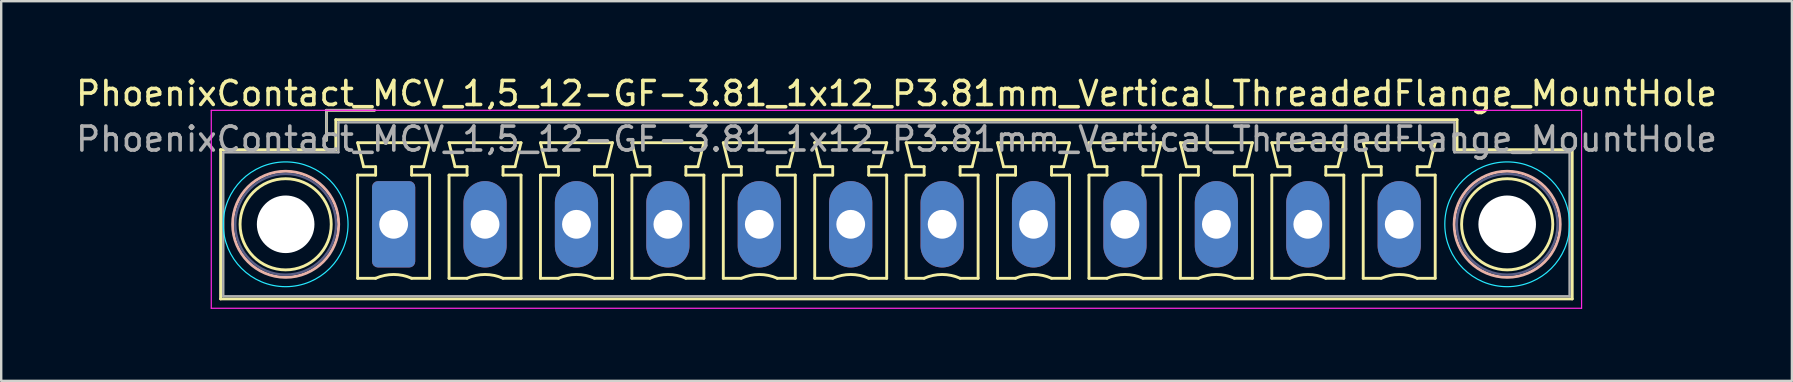
<source format=kicad_pcb>
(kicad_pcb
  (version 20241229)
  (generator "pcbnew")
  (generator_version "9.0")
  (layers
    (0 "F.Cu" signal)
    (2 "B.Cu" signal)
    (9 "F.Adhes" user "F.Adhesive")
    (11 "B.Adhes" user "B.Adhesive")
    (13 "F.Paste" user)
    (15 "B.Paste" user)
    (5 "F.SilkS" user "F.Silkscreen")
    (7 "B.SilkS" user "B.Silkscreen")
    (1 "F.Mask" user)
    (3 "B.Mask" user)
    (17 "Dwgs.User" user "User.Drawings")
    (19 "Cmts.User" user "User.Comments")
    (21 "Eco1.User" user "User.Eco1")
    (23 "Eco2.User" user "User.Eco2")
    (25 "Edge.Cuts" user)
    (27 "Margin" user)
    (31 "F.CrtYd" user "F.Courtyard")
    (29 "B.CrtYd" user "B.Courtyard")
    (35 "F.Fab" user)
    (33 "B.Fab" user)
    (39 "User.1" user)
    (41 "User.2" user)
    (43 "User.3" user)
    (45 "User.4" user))
  (footprint "PhoenixContact_MCV_1,5_12-GF-3.81_1x12_P3.81mm_Vertical_ThreadedFlange_MountHole"
    (layer "F.Cu")
    (at 13.355 6.298)
    (property "Reference" "PhoenixContact_MCV_1,5_12-GF-3.81_1x12_P3.81mm_Vertical_ThreadedFlange_MountHole" (at 20.96 -5.45 0) (layer "F.SilkS") (effects (font (size 1 1) (thickness 0.15))))
    (attr through_hole)
    (fp_line (start -7.21 -3.11) (end -7.21 3.11) (stroke (width 0.12) (type solid)) (layer "F.SilkS"))
    (fp_line (start -7.21 3.11) (end 49.12 3.11) (stroke (width 0.12) (type solid)) (layer "F.SilkS"))
    (fp_line (start -2.8 -4.75) (end -0.8 -4.75) (stroke (width 0.12) (type solid)) (layer "F.SilkS"))
    (fp_line (start -2.8 -3.5) (end -2.8 -4.75) (stroke (width 0.12) (type solid)) (layer "F.SilkS"))
    (fp_line (start -2.41 -4.36) (end -2.41 -3.11) (stroke (width 0.12) (type solid)) (layer "F.SilkS"))
    (fp_line (start -2.41 -3.11) (end -7.21 -3.11) (stroke (width 0.12) (type solid)) (layer "F.SilkS"))
    (fp_line (start -1.5 -3.4) (end 1.5 -3.4) (stroke (width 0.12) (type solid)) (layer "F.SilkS"))
    (fp_line (start -1.5 -2.05) (end -0.75 -2.05) (stroke (width 0.12) (type solid)) (layer "F.SilkS"))
    (fp_line (start -1.5 2.25) (end -1.5 -2.05) (stroke (width 0.12) (type solid)) (layer "F.SilkS"))
    (fp_line (start -1.25 -2.4) (end -1.5 -3.4) (stroke (width 0.12) (type solid)) (layer "F.SilkS"))
    (fp_line (start -0.75 -2.4) (end -1.25 -2.4) (stroke (width 0.12) (type solid)) (layer "F.SilkS"))
    (fp_line (start -0.75 -2.05) (end -0.75 -2.4) (stroke (width 0.12) (type solid)) (layer "F.SilkS"))
    (fp_line (start -0.75 2.25) (end -1.5 2.25) (stroke (width 0.12) (type solid)) (layer "F.SilkS"))
    (fp_line (start 0.75 -2.4) (end 0.75 -2.05) (stroke (width 0.12) (type solid)) (layer "F.SilkS"))
    (fp_line (start 0.75 -2.05) (end 1.5 -2.05) (stroke (width 0.12) (type solid)) (layer "F.SilkS"))
    (fp_line (start 1.25 -2.4) (end 0.75 -2.4) (stroke (width 0.12) (type solid)) (layer "F.SilkS"))
    (fp_line (start 1.5 -3.4) (end 1.25 -2.4) (stroke (width 0.12) (type solid)) (layer "F.SilkS"))
    (fp_line (start 1.5 -2.05) (end 1.5 2.25) (stroke (width 0.12) (type solid)) (layer "F.SilkS"))
    (fp_line (start 1.5 2.25) (end 0.75 2.25) (stroke (width 0.12) (type solid)) (layer "F.SilkS"))
    (fp_line (start 2.31 -3.4) (end 5.31 -3.4) (stroke (width 0.12) (type solid)) (layer "F.SilkS"))
    (fp_line (start 2.31 -2.05) (end 3.06 -2.05) (stroke (width 0.12) (type solid)) (layer "F.SilkS"))
    (fp_line (start 2.31 2.25) (end 2.31 -2.05) (stroke (width 0.12) (type solid)) (layer "F.SilkS"))
    (fp_line (start 2.56 -2.4) (end 2.31 -3.4) (stroke (width 0.12) (type solid)) (layer "F.SilkS"))
    (fp_line (start 3.06 -2.4) (end 2.56 -2.4) (stroke (width 0.12) (type solid)) (layer "F.SilkS"))
    (fp_line (start 3.06 -2.05) (end 3.06 -2.4) (stroke (width 0.12) (type solid)) (layer "F.SilkS"))
    (fp_line (start 3.06 2.25) (end 2.31 2.25) (stroke (width 0.12) (type solid)) (layer "F.SilkS"))
    (fp_line (start 4.56 -2.4) (end 4.56 -2.05) (stroke (width 0.12) (type solid)) (layer "F.SilkS"))
    (fp_line (start 4.56 -2.05) (end 5.31 -2.05) (stroke (width 0.12) (type solid)) (layer "F.SilkS"))
    (fp_line (start 5.06 -2.4) (end 4.56 -2.4) (stroke (width 0.12) (type solid)) (layer "F.SilkS"))
    (fp_line (start 5.31 -3.4) (end 5.06 -2.4) (stroke (width 0.12) (type solid)) (layer "F.SilkS"))
    (fp_line (start 5.31 -2.05) (end 5.31 2.25) (stroke (width 0.12) (type solid)) (layer "F.SilkS"))
    (fp_line (start 5.31 2.25) (end 4.56 2.25) (stroke (width 0.12) (type solid)) (layer "F.SilkS"))
    (fp_line (start 6.12 -3.4) (end 9.12 -3.4) (stroke (width 0.12) (type solid)) (layer "F.SilkS"))
    (fp_line (start 6.12 -2.05) (end 6.87 -2.05) (stroke (width 0.12) (type solid)) (layer "F.SilkS"))
    (fp_line (start 6.12 2.25) (end 6.12 -2.05) (stroke (width 0.12) (type solid)) (layer "F.SilkS"))
    (fp_line (start 6.37 -2.4) (end 6.12 -3.4) (stroke (width 0.12) (type solid)) (layer "F.SilkS"))
    (fp_line (start 6.87 -2.4) (end 6.37 -2.4) (stroke (width 0.12) (type solid)) (layer "F.SilkS"))
    (fp_line (start 6.87 -2.05) (end 6.87 -2.4) (stroke (width 0.12) (type solid)) (layer "F.SilkS"))
    (fp_line (start 6.87 2.25) (end 6.12 2.25) (stroke (width 0.12) (type solid)) (layer "F.SilkS"))
    (fp_line (start 8.37 -2.4) (end 8.37 -2.05) (stroke (width 0.12) (type solid)) (layer "F.SilkS"))
    (fp_line (start 8.37 -2.05) (end 9.12 -2.05) (stroke (width 0.12) (type solid)) (layer "F.SilkS"))
    (fp_line (start 8.87 -2.4) (end 8.37 -2.4) (stroke (width 0.12) (type solid)) (layer "F.SilkS"))
    (fp_line (start 9.12 -3.4) (end 8.87 -2.4) (stroke (width 0.12) (type solid)) (layer "F.SilkS"))
    (fp_line (start 9.12 -2.05) (end 9.12 2.25) (stroke (width 0.12) (type solid)) (layer "F.SilkS"))
    (fp_line (start 9.12 2.25) (end 8.37 2.25) (stroke (width 0.12) (type solid)) (layer "F.SilkS"))
    (fp_line (start 9.93 -3.4) (end 12.93 -3.4) (stroke (width 0.12) (type solid)) (layer "F.SilkS"))
    (fp_line (start 9.93 -2.05) (end 10.68 -2.05) (stroke (width 0.12) (type solid)) (layer "F.SilkS"))
    (fp_line (start 9.93 2.25) (end 9.93 -2.05) (stroke (width 0.12) (type solid)) (layer "F.SilkS"))
    (fp_line (start 10.18 -2.4) (end 9.93 -3.4) (stroke (width 0.12) (type solid)) (layer "F.SilkS"))
    (fp_line (start 10.68 -2.4) (end 10.18 -2.4) (stroke (width 0.12) (type solid)) (layer "F.SilkS"))
    (fp_line (start 10.68 -2.05) (end 10.68 -2.4) (stroke (width 0.12) (type solid)) (layer "F.SilkS"))
    (fp_line (start 10.68 2.25) (end 9.93 2.25) (stroke (width 0.12) (type solid)) (layer "F.SilkS"))
    (fp_line (start 12.18 -2.4) (end 12.18 -2.05) (stroke (width 0.12) (type solid)) (layer "F.SilkS"))
    (fp_line (start 12.18 -2.05) (end 12.93 -2.05) (stroke (width 0.12) (type solid)) (layer "F.SilkS"))
    (fp_line (start 12.68 -2.4) (end 12.18 -2.4) (stroke (width 0.12) (type solid)) (layer "F.SilkS"))
    (fp_line (start 12.93 -3.4) (end 12.68 -2.4) (stroke (width 0.12) (type solid)) (layer "F.SilkS"))
    (fp_line (start 12.93 -2.05) (end 12.93 2.25) (stroke (width 0.12) (type solid)) (layer "F.SilkS"))
    (fp_line (start 12.93 2.25) (end 12.18 2.25) (stroke (width 0.12) (type solid)) (layer "F.SilkS"))
    (fp_line (start 13.74 -3.4) (end 16.74 -3.4) (stroke (width 0.12) (type solid)) (layer "F.SilkS"))
    (fp_line (start 13.74 -2.05) (end 14.49 -2.05) (stroke (width 0.12) (type solid)) (layer "F.SilkS"))
    (fp_line (start 13.74 2.25) (end 13.74 -2.05) (stroke (width 0.12) (type solid)) (layer "F.SilkS"))
    (fp_line (start 13.99 -2.4) (end 13.74 -3.4) (stroke (width 0.12) (type solid)) (layer "F.SilkS"))
    (fp_line (start 14.49 -2.4) (end 13.99 -2.4) (stroke (width 0.12) (type solid)) (layer "F.SilkS"))
    (fp_line (start 14.49 -2.05) (end 14.49 -2.4) (stroke (width 0.12) (type solid)) (layer "F.SilkS"))
    (fp_line (start 14.49 2.25) (end 13.74 2.25) (stroke (width 0.12) (type solid)) (layer "F.SilkS"))
    (fp_line (start 15.99 -2.4) (end 15.99 -2.05) (stroke (width 0.12) (type solid)) (layer "F.SilkS"))
    (fp_line (start 15.99 -2.05) (end 16.74 -2.05) (stroke (width 0.12) (type solid)) (layer "F.SilkS"))
    (fp_line (start 16.49 -2.4) (end 15.99 -2.4) (stroke (width 0.12) (type solid)) (layer "F.SilkS"))
    (fp_line (start 16.74 -3.4) (end 16.49 -2.4) (stroke (width 0.12) (type solid)) (layer "F.SilkS"))
    (fp_line (start 16.74 -2.05) (end 16.74 2.25) (stroke (width 0.12) (type solid)) (layer "F.SilkS"))
    (fp_line (start 16.74 2.25) (end 15.99 2.25) (stroke (width 0.12) (type solid)) (layer "F.SilkS"))
    (fp_line (start 17.55 -3.4) (end 20.55 -3.4) (stroke (width 0.12) (type solid)) (layer "F.SilkS"))
    (fp_line (start 17.55 -2.05) (end 18.3 -2.05) (stroke (width 0.12) (type solid)) (layer "F.SilkS"))
    (fp_line (start 17.55 2.25) (end 17.55 -2.05) (stroke (width 0.12) (type solid)) (layer "F.SilkS"))
    (fp_line (start 17.8 -2.4) (end 17.55 -3.4) (stroke (width 0.12) (type solid)) (layer "F.SilkS"))
    (fp_line (start 18.3 -2.4) (end 17.8 -2.4) (stroke (width 0.12) (type solid)) (layer "F.SilkS"))
    (fp_line (start 18.3 -2.05) (end 18.3 -2.4) (stroke (width 0.12) (type solid)) (layer "F.SilkS"))
    (fp_line (start 18.3 2.25) (end 17.55 2.25) (stroke (width 0.12) (type solid)) (layer "F.SilkS"))
    (fp_line (start 19.8 -2.4) (end 19.8 -2.05) (stroke (width 0.12) (type solid)) (layer "F.SilkS"))
    (fp_line (start 19.8 -2.05) (end 20.55 -2.05) (stroke (width 0.12) (type solid)) (layer "F.SilkS"))
    (fp_line (start 20.3 -2.4) (end 19.8 -2.4) (stroke (width 0.12) (type solid)) (layer "F.SilkS"))
    (fp_line (start 20.55 -3.4) (end 20.3 -2.4) (stroke (width 0.12) (type solid)) (layer "F.SilkS"))
    (fp_line (start 20.55 -2.05) (end 20.55 2.25) (stroke (width 0.12) (type solid)) (layer "F.SilkS"))
    (fp_line (start 20.55 2.25) (end 19.8 2.25) (stroke (width 0.12) (type solid)) (layer "F.SilkS"))
    (fp_line (start 21.36 -3.4) (end 24.36 -3.4) (stroke (width 0.12) (type solid)) (layer "F.SilkS"))
    (fp_line (start 21.36 -2.05) (end 22.11 -2.05) (stroke (width 0.12) (type solid)) (layer "F.SilkS"))
    (fp_line (start 21.36 2.25) (end 21.36 -2.05) (stroke (width 0.12) (type solid)) (layer "F.SilkS"))
    (fp_line (start 21.61 -2.4) (end 21.36 -3.4) (stroke (width 0.12) (type solid)) (layer "F.SilkS"))
    (fp_line (start 22.11 -2.4) (end 21.61 -2.4) (stroke (width 0.12) (type solid)) (layer "F.SilkS"))
    (fp_line (start 22.11 -2.05) (end 22.11 -2.4) (stroke (width 0.12) (type solid)) (layer "F.SilkS"))
    (fp_line (start 22.11 2.25) (end 21.36 2.25) (stroke (width 0.12) (type solid)) (layer "F.SilkS"))
    (fp_line (start 23.61 -2.4) (end 23.61 -2.05) (stroke (width 0.12) (type solid)) (layer "F.SilkS"))
    (fp_line (start 23.61 -2.05) (end 24.36 -2.05) (stroke (width 0.12) (type solid)) (layer "F.SilkS"))
    (fp_line (start 24.11 -2.4) (end 23.61 -2.4) (stroke (width 0.12) (type solid)) (layer "F.SilkS"))
    (fp_line (start 24.36 -3.4) (end 24.11 -2.4) (stroke (width 0.12) (type solid)) (layer "F.SilkS"))
    (fp_line (start 24.36 -2.05) (end 24.36 2.25) (stroke (width 0.12) (type solid)) (layer "F.SilkS"))
    (fp_line (start 24.36 2.25) (end 23.61 2.25) (stroke (width 0.12) (type solid)) (layer "F.SilkS"))
    (fp_line (start 25.17 -3.4) (end 28.17 -3.4) (stroke (width 0.12) (type solid)) (layer "F.SilkS"))
    (fp_line (start 25.17 -2.05) (end 25.92 -2.05) (stroke (width 0.12) (type solid)) (layer "F.SilkS"))
    (fp_line (start 25.17 2.25) (end 25.17 -2.05) (stroke (width 0.12) (type solid)) (layer "F.SilkS"))
    (fp_line (start 25.42 -2.4) (end 25.17 -3.4) (stroke (width 0.12) (type solid)) (layer "F.SilkS"))
    (fp_line (start 25.92 -2.4) (end 25.42 -2.4) (stroke (width 0.12) (type solid)) (layer "F.SilkS"))
    (fp_line (start 25.92 -2.05) (end 25.92 -2.4) (stroke (width 0.12) (type solid)) (layer "F.SilkS"))
    (fp_line (start 25.92 2.25) (end 25.17 2.25) (stroke (width 0.12) (type solid)) (layer "F.SilkS"))
    (fp_line (start 27.42 -2.4) (end 27.42 -2.05) (stroke (width 0.12) (type solid)) (layer "F.SilkS"))
    (fp_line (start 27.42 -2.05) (end 28.17 -2.05) (stroke (width 0.12) (type solid)) (layer "F.SilkS"))
    (fp_line (start 27.92 -2.4) (end 27.42 -2.4) (stroke (width 0.12) (type solid)) (layer "F.SilkS"))
    (fp_line (start 28.17 -3.4) (end 27.92 -2.4) (stroke (width 0.12) (type solid)) (layer "F.SilkS"))
    (fp_line (start 28.17 -2.05) (end 28.17 2.25) (stroke (width 0.12) (type solid)) (layer "F.SilkS"))
    (fp_line (start 28.17 2.25) (end 27.42 2.25) (stroke (width 0.12) (type solid)) (layer "F.SilkS"))
    (fp_line (start 28.98 -3.4) (end 31.98 -3.4) (stroke (width 0.12) (type solid)) (layer "F.SilkS"))
    (fp_line (start 28.98 -2.05) (end 29.73 -2.05) (stroke (width 0.12) (type solid)) (layer "F.SilkS"))
    (fp_line (start 28.98 2.25) (end 28.98 -2.05) (stroke (width 0.12) (type solid)) (layer "F.SilkS"))
    (fp_line (start 29.23 -2.4) (end 28.98 -3.4) (stroke (width 0.12) (type solid)) (layer "F.SilkS"))
    (fp_line (start 29.73 -2.4) (end 29.23 -2.4) (stroke (width 0.12) (type solid)) (layer "F.SilkS"))
    (fp_line (start 29.73 -2.05) (end 29.73 -2.4) (stroke (width 0.12) (type solid)) (layer "F.SilkS"))
    (fp_line (start 29.73 2.25) (end 28.98 2.25) (stroke (width 0.12) (type solid)) (layer "F.SilkS"))
    (fp_line (start 31.23 -2.4) (end 31.23 -2.05) (stroke (width 0.12) (type solid)) (layer "F.SilkS"))
    (fp_line (start 31.23 -2.05) (end 31.98 -2.05) (stroke (width 0.12) (type solid)) (layer "F.SilkS"))
    (fp_line (start 31.73 -2.4) (end 31.23 -2.4) (stroke (width 0.12) (type solid)) (layer "F.SilkS"))
    (fp_line (start 31.98 -3.4) (end 31.73 -2.4) (stroke (width 0.12) (type solid)) (layer "F.SilkS"))
    (fp_line (start 31.98 -2.05) (end 31.98 2.25) (stroke (width 0.12) (type solid)) (layer "F.SilkS"))
    (fp_line (start 31.98 2.25) (end 31.23 2.25) (stroke (width 0.12) (type solid)) (layer "F.SilkS"))
    (fp_line (start 32.79 -3.4) (end 35.79 -3.4) (stroke (width 0.12) (type solid)) (layer "F.SilkS"))
    (fp_line (start 32.79 -2.05) (end 33.54 -2.05) (stroke (width 0.12) (type solid)) (layer "F.SilkS"))
    (fp_line (start 32.79 2.25) (end 32.79 -2.05) (stroke (width 0.12) (type solid)) (layer "F.SilkS"))
    (fp_line (start 33.04 -2.4) (end 32.79 -3.4) (stroke (width 0.12) (type solid)) (layer "F.SilkS"))
    (fp_line (start 33.54 -2.4) (end 33.04 -2.4) (stroke (width 0.12) (type solid)) (layer "F.SilkS"))
    (fp_line (start 33.54 -2.05) (end 33.54 -2.4) (stroke (width 0.12) (type solid)) (layer "F.SilkS"))
    (fp_line (start 33.54 2.25) (end 32.79 2.25) (stroke (width 0.12) (type solid)) (layer "F.SilkS"))
    (fp_line (start 35.04 -2.4) (end 35.04 -2.05) (stroke (width 0.12) (type solid)) (layer "F.SilkS"))
    (fp_line (start 35.04 -2.05) (end 35.79 -2.05) (stroke (width 0.12) (type solid)) (layer "F.SilkS"))
    (fp_line (start 35.54 -2.4) (end 35.04 -2.4) (stroke (width 0.12) (type solid)) (layer "F.SilkS"))
    (fp_line (start 35.79 -3.4) (end 35.54 -2.4) (stroke (width 0.12) (type solid)) (layer "F.SilkS"))
    (fp_line (start 35.79 -2.05) (end 35.79 2.25) (stroke (width 0.12) (type solid)) (layer "F.SilkS"))
    (fp_line (start 35.79 2.25) (end 35.04 2.25) (stroke (width 0.12) (type solid)) (layer "F.SilkS"))
    (fp_line (start 36.6 -3.4) (end 39.6 -3.4) (stroke (width 0.12) (type solid)) (layer "F.SilkS"))
    (fp_line (start 36.6 -2.05) (end 37.35 -2.05) (stroke (width 0.12) (type solid)) (layer "F.SilkS"))
    (fp_line (start 36.6 2.25) (end 36.6 -2.05) (stroke (width 0.12) (type solid)) (layer "F.SilkS"))
    (fp_line (start 36.85 -2.4) (end 36.6 -3.4) (stroke (width 0.12) (type solid)) (layer "F.SilkS"))
    (fp_line (start 37.35 -2.4) (end 36.85 -2.4) (stroke (width 0.12) (type solid)) (layer "F.SilkS"))
    (fp_line (start 37.35 -2.05) (end 37.35 -2.4) (stroke (width 0.12) (type solid)) (layer "F.SilkS"))
    (fp_line (start 37.35 2.25) (end 36.6 2.25) (stroke (width 0.12) (type solid)) (layer "F.SilkS"))
    (fp_line (start 38.85 -2.4) (end 38.85 -2.05) (stroke (width 0.12) (type solid)) (layer "F.SilkS"))
    (fp_line (start 38.85 -2.05) (end 39.6 -2.05) (stroke (width 0.12) (type solid)) (layer "F.SilkS"))
    (fp_line (start 39.35 -2.4) (end 38.85 -2.4) (stroke (width 0.12) (type solid)) (layer "F.SilkS"))
    (fp_line (start 39.6 -3.4) (end 39.35 -2.4) (stroke (width 0.12) (type solid)) (layer "F.SilkS"))
    (fp_line (start 39.6 -2.05) (end 39.6 2.25) (stroke (width 0.12) (type solid)) (layer "F.SilkS"))
    (fp_line (start 39.6 2.25) (end 38.85 2.25) (stroke (width 0.12) (type solid)) (layer "F.SilkS"))
    (fp_line (start 40.41 -3.4) (end 43.41 -3.4) (stroke (width 0.12) (type solid)) (layer "F.SilkS"))
    (fp_line (start 40.41 -2.05) (end 41.16 -2.05) (stroke (width 0.12) (type solid)) (layer "F.SilkS"))
    (fp_line (start 40.41 2.25) (end 40.41 -2.05) (stroke (width 0.12) (type solid)) (layer "F.SilkS"))
    (fp_line (start 40.66 -2.4) (end 40.41 -3.4) (stroke (width 0.12) (type solid)) (layer "F.SilkS"))
    (fp_line (start 41.16 -2.4) (end 40.66 -2.4) (stroke (width 0.12) (type solid)) (layer "F.SilkS"))
    (fp_line (start 41.16 -2.05) (end 41.16 -2.4) (stroke (width 0.12) (type solid)) (layer "F.SilkS"))
    (fp_line (start 41.16 2.25) (end 40.41 2.25) (stroke (width 0.12) (type solid)) (layer "F.SilkS"))
    (fp_line (start 42.66 -2.4) (end 42.66 -2.05) (stroke (width 0.12) (type solid)) (layer "F.SilkS"))
    (fp_line (start 42.66 -2.05) (end 43.41 -2.05) (stroke (width 0.12) (type solid)) (layer "F.SilkS"))
    (fp_line (start 43.16 -2.4) (end 42.66 -2.4) (stroke (width 0.12) (type solid)) (layer "F.SilkS"))
    (fp_line (start 43.41 -3.4) (end 43.16 -2.4) (stroke (width 0.12) (type solid)) (layer "F.SilkS"))
    (fp_line (start 43.41 -2.05) (end 43.41 2.25) (stroke (width 0.12) (type solid)) (layer "F.SilkS"))
    (fp_line (start 43.41 2.25) (end 42.66 2.25) (stroke (width 0.12) (type solid)) (layer "F.SilkS"))
    (fp_line (start 44.32 -4.36) (end -2.41 -4.36) (stroke (width 0.12) (type solid)) (layer "F.SilkS"))
    (fp_line (start 44.32 -3.11) (end 44.32 -4.36) (stroke (width 0.12) (type solid)) (layer "F.SilkS"))
    (fp_line (start 49.12 -3.11) (end 44.32 -3.11) (stroke (width 0.12) (type solid)) (layer "F.SilkS"))
    (fp_line (start 49.12 3.11) (end 49.12 -3.11) (stroke (width 0.12) (type solid)) (layer "F.SilkS"))
    (fp_arc (start -0.75 2.25) (mid -0.000193 2.09191) (end 0.749647 2.249844) (stroke (width 0.12) (type solid)) (layer "F.SilkS"))
    (fp_arc (start 3.06 2.25) (mid 3.809807 2.09191) (end 4.559647 2.249844) (stroke (width 0.12) (type solid)) (layer "F.SilkS"))
    (fp_arc (start 6.87 2.25) (mid 7.619807 2.09191) (end 8.369647 2.249844) (stroke (width 0.12) (type solid)) (layer "F.SilkS"))
    (fp_arc (start 10.68 2.25) (mid 11.429807 2.09191) (end 12.179647 2.249844) (stroke (width 0.12) (type solid)) (layer "F.SilkS"))
    (fp_arc (start 14.49 2.25) (mid 15.239807 2.09191) (end 15.989647 2.249844) (stroke (width 0.12) (type solid)) (layer "F.SilkS"))
    (fp_arc (start 18.3 2.25) (mid 19.049807 2.09191) (end 19.799647 2.249844) (stroke (width 0.12) (type solid)) (layer "F.SilkS"))
    (fp_arc (start 22.11 2.25) (mid 22.859807 2.09191) (end 23.609647 2.249844) (stroke (width 0.12) (type solid)) (layer "F.SilkS"))
    (fp_arc (start 25.92 2.25) (mid 26.669807 2.09191) (end 27.419647 2.249844) (stroke (width 0.12) (type solid)) (layer "F.SilkS"))
    (fp_arc (start 29.73 2.25) (mid 30.479807 2.09191) (end 31.229647 2.249844) (stroke (width 0.12) (type solid)) (layer "F.SilkS"))
    (fp_arc (start 33.54 2.25) (mid 34.289807 2.09191) (end 35.039647 2.249844) (stroke (width 0.12) (type solid)) (layer "F.SilkS"))
    (fp_arc (start 37.35 2.25) (mid 38.099807 2.09191) (end 38.849647 2.249844) (stroke (width 0.12) (type solid)) (layer "F.SilkS"))
    (fp_arc (start 41.16 2.25) (mid 41.909807 2.09191) (end 42.659647 2.249844) (stroke (width 0.12) (type solid)) (layer "F.SilkS"))
    (fp_circle (center -4.5 0) (end -2.6 0) (stroke (width 0.12) (type solid)) (fill no) (layer "F.SilkS"))
    (fp_circle (center 46.41 0) (end 48.31 0) (stroke (width 0.12) (type solid)) (fill no) (layer "F.SilkS"))
    (fp_circle (center -4.5 0) (end -2.29 0) (stroke (width 0.12) (type solid)) (fill no) (layer "B.SilkS"))
    (fp_circle (center 46.41 0) (end 48.62 0) (stroke (width 0.12) (type solid)) (fill no) (layer "B.SilkS"))
    (fp_circle (center -4.5 0) (end -1.9 0) (stroke (width 0.05) (type solid)) (fill no) (layer "B.CrtYd"))
    (fp_circle (center 46.41 0) (end 49.01 0) (stroke (width 0.05) (type solid)) (fill no) (layer "B.CrtYd"))
    (fp_line (start -7.6 -4.75) (end -7.6 3.5) (stroke (width 0.05) (type solid)) (layer "F.CrtYd"))
    (fp_line (start -7.6 3.5) (end 49.51 3.5) (stroke (width 0.05) (type solid)) (layer "F.CrtYd"))
    (fp_line (start 49.51 -4.75) (end -7.6 -4.75) (stroke (width 0.05) (type solid)) (layer "F.CrtYd"))
    (fp_line (start 49.51 3.5) (end 49.51 -4.75) (stroke (width 0.05) (type solid)) (layer "F.CrtYd"))
    (fp_circle (center -4.5 0) (end -2.4 0) (stroke (width 0.1) (type solid)) (fill no) (layer "B.Fab"))
    (fp_circle (center 46.41 0) (end 48.51 0) (stroke (width 0.1) (type solid)) (fill no) (layer "B.Fab"))
    (fp_line (start -7.1 -3) (end -7.1 3) (stroke (width 0.1) (type solid)) (layer "F.Fab"))
    (fp_line (start -7.1 3) (end 49.01 3) (stroke (width 0.1) (type solid)) (layer "F.Fab"))
    (fp_line (start -2.8 -4.75) (end -0.8 -4.75) (stroke (width 0.1) (type solid)) (layer "F.Fab"))
    (fp_line (start -2.8 -3.5) (end -2.8 -4.75) (stroke (width 0.1) (type solid)) (layer "F.Fab"))
    (fp_line (start -2.3 -4.25) (end -2.3 -3) (stroke (width 0.1) (type solid)) (layer "F.Fab"))
    (fp_line (start -2.3 -3) (end -7.1 -3) (stroke (width 0.1) (type solid)) (layer "F.Fab"))
    (fp_line (start 44.21 -4.25) (end -2.3 -4.25) (stroke (width 0.1) (type solid)) (layer "F.Fab"))
    (fp_line (start 44.21 -3) (end 44.21 -4.25) (stroke (width 0.1) (type solid)) (layer "F.Fab"))
    (fp_line (start 49.01 -3) (end 44.21 -3) (stroke (width 0.1) (type solid)) (layer "F.Fab"))
    (fp_line (start 49.01 3) (end 49.01 -3) (stroke (width 0.1) (type solid)) (layer "F.Fab"))
    (fp_text user "${REFERENCE}" (at 20.96 -3.55 0) (layer "F.Fab") (effects (font (size 1 1) (thickness 0.15))))
    (pad "" np_thru_hole circle (at -4.5 0) (size 2.4 2.4) (drill 2.4) (layers "*.Cu" "*.Mask"))
    (pad "" np_thru_hole circle (at 46.41 0) (size 2.4 2.4) (drill 2.4) (layers "*.Cu" "*.Mask"))
    (pad "1" thru_hole roundrect (at 0 0) (size 1.8 3.6) (drill 1.2) (layers "*.Cu" "*.Mask") (roundrect_rratio 0.139))
    (pad "2" thru_hole oval (at 3.81 0) (size 1.8 3.6) (drill 1.2) (layers "*.Cu" "*.Mask"))
    (pad "3" thru_hole oval (at 7.62 0) (size 1.8 3.6) (drill 1.2) (layers "*.Cu" "*.Mask"))
    (pad "4" thru_hole oval (at 11.43 0) (size 1.8 3.6) (drill 1.2) (layers "*.Cu" "*.Mask"))
    (pad "5" thru_hole oval (at 15.24 0) (size 1.8 3.6) (drill 1.2) (layers "*.Cu" "*.Mask"))
    (pad "6" thru_hole oval (at 19.05 0) (size 1.8 3.6) (drill 1.2) (layers "*.Cu" "*.Mask"))
    (pad "7" thru_hole oval (at 22.86 0) (size 1.8 3.6) (drill 1.2) (layers "*.Cu" "*.Mask"))
    (pad "8" thru_hole oval (at 26.67 0) (size 1.8 3.6) (drill 1.2) (layers "*.Cu" "*.Mask"))
    (pad "9" thru_hole oval (at 30.48 0) (size 1.8 3.6) (drill 1.2) (layers "*.Cu" "*.Mask"))
    (pad "10" thru_hole oval (at 34.29 0) (size 1.8 3.6) (drill 1.2) (layers "*.Cu" "*.Mask"))
    (pad "11" thru_hole oval (at 38.1 0) (size 1.8 3.6) (drill 1.2) (layers "*.Cu" "*.Mask"))
    (pad "12" thru_hole oval (at 41.91 0) (size 1.8 3.6) (drill 1.2) (layers "*.Cu" "*.Mask")))
  (gr_rect
    (start -3 -3)
    (end 71.631 12.823)
    (stroke (width 0.1) (type default))
    (fill no)
    (layer "Edge.Cuts")))
</source>
